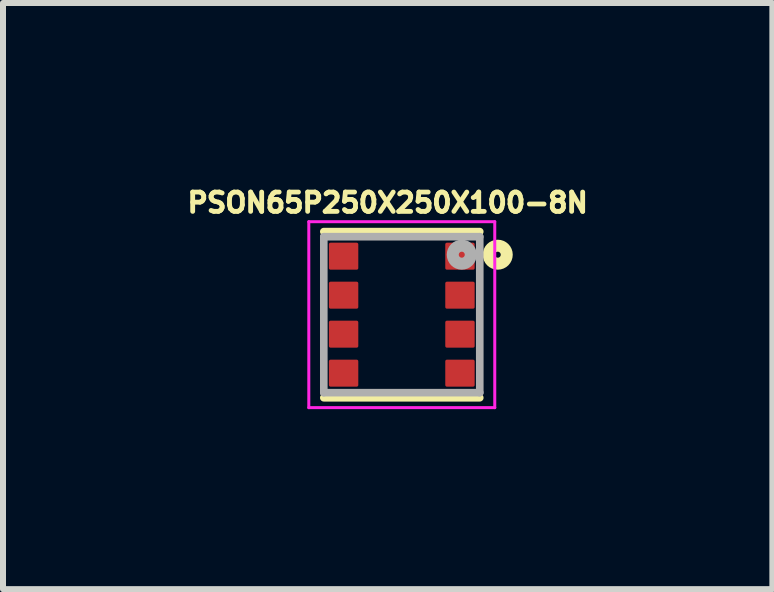
<source format=kicad_pcb>
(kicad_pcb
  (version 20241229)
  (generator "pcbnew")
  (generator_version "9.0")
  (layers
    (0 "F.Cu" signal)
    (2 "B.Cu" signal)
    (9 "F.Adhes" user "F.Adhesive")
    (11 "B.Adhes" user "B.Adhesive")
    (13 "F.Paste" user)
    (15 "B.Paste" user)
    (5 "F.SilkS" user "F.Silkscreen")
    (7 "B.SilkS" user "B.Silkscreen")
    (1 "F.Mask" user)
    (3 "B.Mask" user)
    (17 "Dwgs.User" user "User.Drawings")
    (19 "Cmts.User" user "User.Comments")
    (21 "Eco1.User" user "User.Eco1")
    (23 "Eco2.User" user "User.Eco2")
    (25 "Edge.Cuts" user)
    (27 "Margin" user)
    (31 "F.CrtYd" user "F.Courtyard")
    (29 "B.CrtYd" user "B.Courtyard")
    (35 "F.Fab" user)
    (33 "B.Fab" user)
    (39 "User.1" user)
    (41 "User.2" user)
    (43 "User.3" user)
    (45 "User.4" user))
  (footprint "PSON65P250X250X100-8N"
    (layer "F.Cu")
    (at 3.648 2.196)
    (property "Reference" "PSON65P250X250X100-8N" (at -0.235 -1.867 0) (layer "F.SilkS") (effects (font (size 0.322 0.322) (thickness 0.15))))
    (attr smd)
    (fp_line (start -1.3 -1.385) (end 1.3 -1.385) (stroke (width 0.127) (type solid)) (layer "F.SilkS"))
    (fp_line (start -1.3 1.385) (end 1.3 1.385) (stroke (width 0.127) (type solid)) (layer "F.SilkS"))
    (fp_circle (center 1.6 -1) (end 1.65 -1) (stroke (width 0.2) (type solid)) (fill no) (layer "F.SilkS"))
    (fp_line (start -1.55 -1.55) (end 1.55 -1.55) (stroke (width 0.05) (type solid)) (layer "F.CrtYd"))
    (fp_line (start -1.55 1.55) (end -1.55 -1.55) (stroke (width 0.05) (type solid)) (layer "F.CrtYd"))
    (fp_line (start 1.55 -1.55) (end 1.55 1.55) (stroke (width 0.05) (type solid)) (layer "F.CrtYd"))
    (fp_line (start 1.55 1.55) (end -1.55 1.55) (stroke (width 0.05) (type solid)) (layer "F.CrtYd"))
    (fp_line (start -1.3 -1.3) (end -1.3 1.3) (stroke (width 0.127) (type solid)) (layer "F.Fab"))
    (fp_line (start -1.3 1.3) (end 1.3 1.3) (stroke (width 0.127) (type solid)) (layer "F.Fab"))
    (fp_line (start 1.3 -1.3) (end -1.3 -1.3) (stroke (width 0.127) (type solid)) (layer "F.Fab"))
    (fp_line (start 1.3 1.3) (end 1.3 -1.3) (stroke (width 0.127) (type solid)) (layer "F.Fab"))
    (fp_circle (center 1 -1) (end 1.05 -1) (stroke (width 0.2) (type solid)) (fill no) (layer "F.Fab"))
    (pad "1" smd roundrect (at 0.97 -0.975) (size 0.49 0.45) (layers "F.Cu" "F.Mask" "F.Paste") (roundrect_rratio 0.06))
    (pad "2" smd roundrect (at 0.97 -0.325) (size 0.49 0.45) (layers "F.Cu" "F.Mask" "F.Paste") (roundrect_rratio 0.06))
    (pad "3" smd roundrect (at 0.97 0.325) (size 0.49 0.45) (layers "F.Cu" "F.Mask" "F.Paste") (roundrect_rratio 0.06))
    (pad "4" smd roundrect (at 0.97 0.975) (size 0.49 0.45) (layers "F.Cu" "F.Mask" "F.Paste") (roundrect_rratio 0.06))
    (pad "5" smd roundrect (at -0.97 0.975) (size 0.49 0.45) (layers "F.Cu" "F.Mask" "F.Paste") (roundrect_rratio 0.06))
    (pad "6" smd roundrect (at -0.97 0.325) (size 0.49 0.45) (layers "F.Cu" "F.Mask" "F.Paste") (roundrect_rratio 0.06))
    (pad "7" smd roundrect (at -0.97 -0.325) (size 0.49 0.45) (layers "F.Cu" "F.Mask" "F.Paste") (roundrect_rratio 0.06))
    (pad "8" smd roundrect (at -0.97 -0.975) (size 0.49 0.45) (layers "F.Cu" "F.Mask" "F.Paste") (roundrect_rratio 0.06)))
  (gr_rect
    (start -3 -3)
    (end 9.826 6.771)
    (stroke (width 0.1) (type default))
    (fill no)
    (layer "Edge.Cuts")))
</source>
